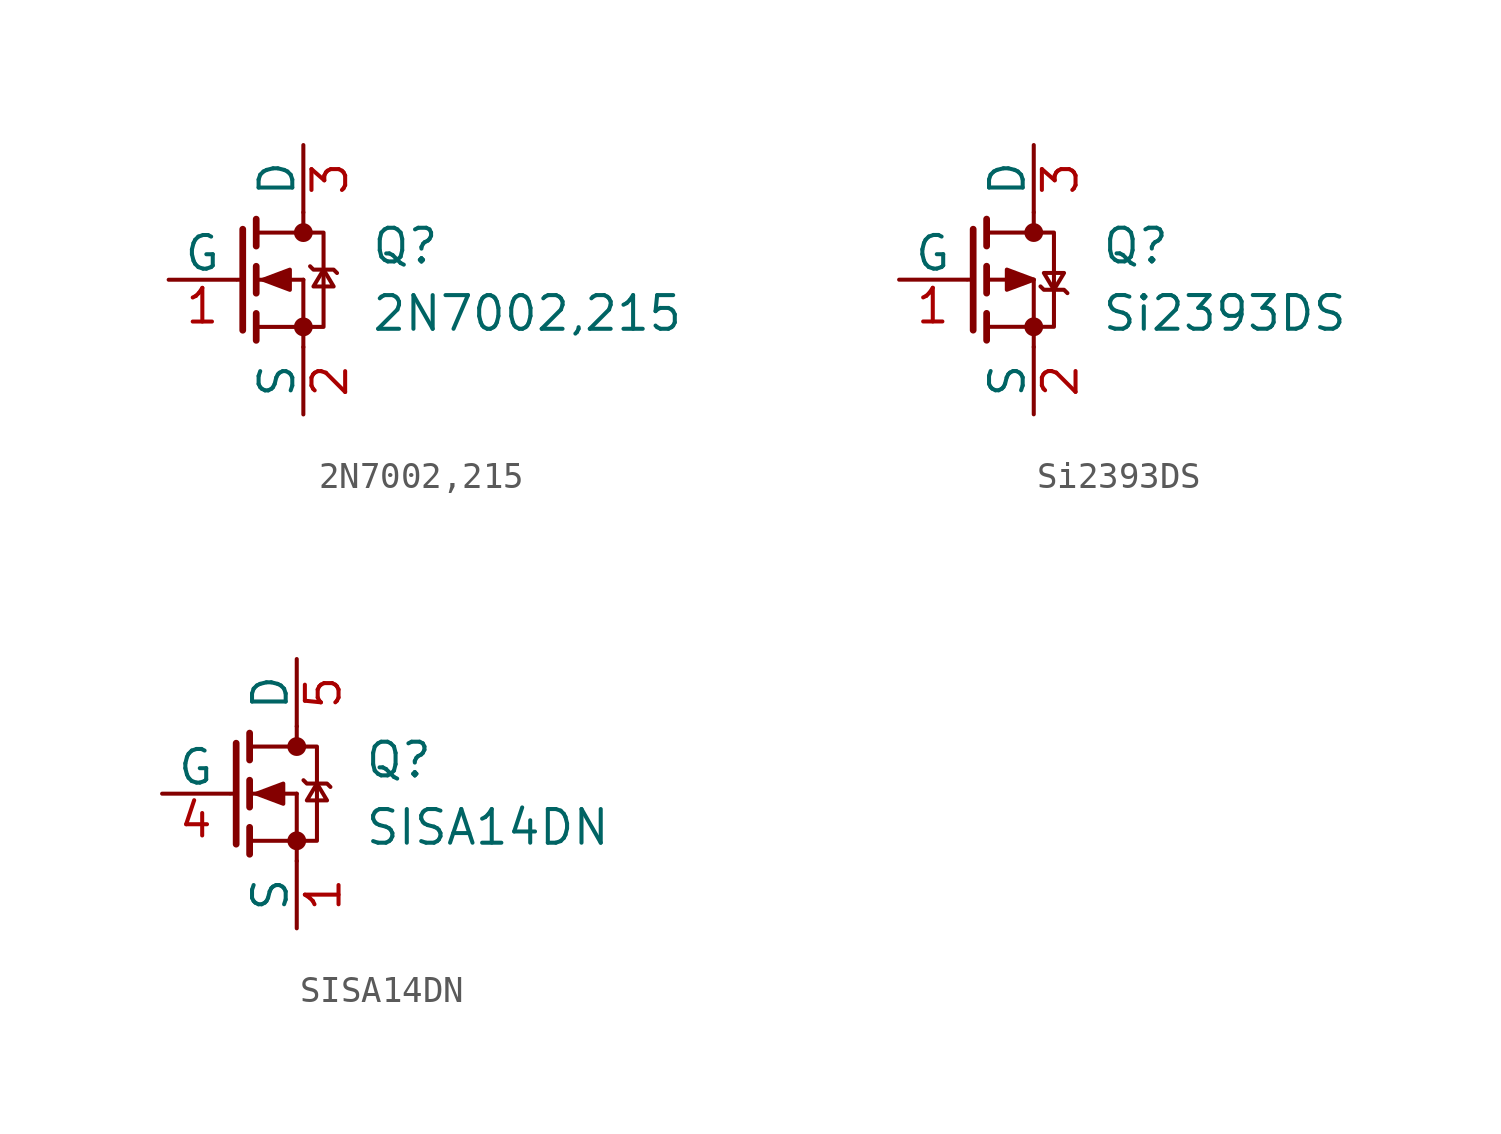
<source format=kicad_sym>
(kicad_symbol_lib
  (version 20241209)
  (generator "kicad_symbol_editor")
  (generator_version "9.0")
  (symbol "2N7002,215"
    (pin_names
      (offset 0))
    (property "Reference" "Q"
      (at 5.08 1.27 0)
      (effects (font (size 1.27 1.27)) (justify left)))
    (property "Value" "2N7002,215"
      (at 5.08 -1.27 0)
      (effects (font (size 1.27 1.27)) (justify left)))
    (symbol "2N7002,215_0_1"
      (polyline (pts (xy 0.051 0) (xy 0.254 0)) (stroke (width 0) (type solid)) (fill (type none)))
      (polyline (pts (xy 0.254 1.905) (xy 0.254 -1.905) (xy 0.254 -1.905)) (stroke (width 0.254) (type solid)) (fill (type none)))
      (polyline (pts (xy 0.762 2.286) (xy 0.762 1.27)) (stroke (width 0.254) (type solid)) (fill (type none)))
      (polyline (pts (xy 0.762 1.778) (xy 2.54 1.778)) (stroke (width 0) (type solid)) (fill (type none)))
      (polyline (pts (xy 0.762 0.508) (xy 0.762 -0.508)) (stroke (width 0.254) (type solid)) (fill (type none)))
      (polyline (pts (xy 0.762 0) (xy 2.54 0)) (stroke (width 0) (type solid)) (fill (type none)))
      (polyline (pts (xy 0.762 -1.27) (xy 0.762 -2.286)) (stroke (width 0.254) (type solid)) (fill (type none)))
      (polyline (pts (xy 0.762 -1.778) (xy 2.54 -1.778)) (stroke (width 0) (type solid)) (fill (type none)))
      (polyline (pts (xy 1.016 0) (xy 2.032 0.381) (xy 2.032 -0.381) (xy 1.016 0)) (stroke (width 0) (type solid)) (fill (type outline)))
      (polyline (pts (xy 2.54 2.54) (xy 2.54 1.778)) (stroke (width 0) (type solid)) (fill (type none)))
      (circle (center 2.54 1.778) (radius 0.279) (stroke (width 0) (type solid)) (fill (type outline)))
      (polyline (pts (xy 2.54 -1.778) (xy 2.54 0)) (stroke (width 0) (type solid)) (fill (type none)))
      (polyline (pts (xy 2.54 -1.778) (xy 2.54 -2.54)) (stroke (width 0) (type solid)) (fill (type none)))
      (polyline (pts (xy 2.54 -1.778) (xy 3.302 -1.778) (xy 3.302 1.778) (xy 2.54 1.778)) (stroke (width 0) (type solid)) (fill (type none)))
      (circle (center 2.54 -1.778) (radius 0.279) (stroke (width 0) (type solid)) (fill (type outline)))
      (polyline (pts (xy 2.794 0.508) (xy 2.921 0.381) (xy 3.683 0.381) (xy 3.81 0.254)) (stroke (width 0) (type solid)) (fill (type none)))
      (polyline (pts (xy 3.302 0.381) (xy 2.921 -0.254) (xy 3.683 -0.254) (xy 3.302 0.381)) (stroke (width 0) (type solid)) (fill (type none))))
    (symbol "2N7002,215_1_1"
      (pin input line (at -2.54 0 0) (length 2.54) (name "G" (effects (font (size 1.27 1.27)))) (number "1" (effects (font (size 1.27 1.27)))))
      (pin passive line (at 2.54 5.08 270) (length 2.54) (name "D" (effects (font (size 1.27 1.27)))) (number "3" (effects (font (size 1.27 1.27)))))
      (pin passive line (at 2.54 -5.08 90) (length 2.54) (name "S" (effects (font (size 1.27 1.27)))) (number "2" (effects (font (size 1.27 1.27)))))))
  (symbol "Si2393DS"
    (pin_names
      (offset 0))
    (property "Reference" "Q"
      (at 5.08 1.27 0)
      (effects (font (size 1.27 1.27)) (justify left)))
    (property "Value" "Si2393DS"
      (at 5.08 -1.27 0)
      (effects (font (size 1.27 1.27)) (justify left)))
    (symbol "Si2393DS_0_1"
      (polyline (pts (xy 0.051 0) (xy 0.254 0)) (stroke (width 0) (type solid)) (fill (type none)))
      (polyline (pts (xy 0.254 1.905) (xy 0.254 -1.905) (xy 0.254 -1.905)) (stroke (width 0.254) (type solid)) (fill (type none)))
      (polyline (pts (xy 0.762 2.286) (xy 0.762 1.27)) (stroke (width 0.254) (type solid)) (fill (type none)))
      (polyline (pts (xy 0.762 1.778) (xy 2.54 1.778)) (stroke (width 0) (type solid)) (fill (type none)))
      (polyline (pts (xy 0.762 0.508) (xy 0.762 -0.508)) (stroke (width 0.254) (type solid)) (fill (type none)))
      (polyline (pts (xy 0.762 0) (xy 2.54 0)) (stroke (width 0) (type solid)) (fill (type none)))
      (polyline (pts (xy 0.762 -1.27) (xy 0.762 -2.286)) (stroke (width 0.254) (type solid)) (fill (type none)))
      (polyline (pts (xy 0.762 -1.778) (xy 2.54 -1.778)) (stroke (width 0) (type solid)) (fill (type none)))
      (polyline (pts (xy 2.54 2.54) (xy 2.54 1.778)) (stroke (width 0) (type solid)) (fill (type none)))
      (circle (center 2.54 1.778) (radius 0.279) (stroke (width 0) (type solid)) (fill (type outline)))
      (polyline (pts (xy 2.54 0) (xy 1.524 -0.381) (xy 1.524 0.381) (xy 2.54 0)) (stroke (width 0) (type solid)) (fill (type outline)))
      (polyline (pts (xy 2.54 -1.778) (xy 2.54 0)) (stroke (width 0) (type solid)) (fill (type none)))
      (polyline (pts (xy 2.54 -1.778) (xy 2.54 -2.54)) (stroke (width 0) (type solid)) (fill (type none)))
      (polyline (pts (xy 2.54 -1.778) (xy 3.302 -1.778) (xy 3.302 1.778) (xy 2.54 1.778)) (stroke (width 0) (type solid)) (fill (type none)))
      (circle (center 2.54 -1.778) (radius 0.279) (stroke (width 0) (type solid)) (fill (type outline)))
      (polyline (pts (xy 2.794 -0.254) (xy 2.921 -0.381) (xy 3.683 -0.381) (xy 3.81 -0.508)) (stroke (width 0) (type solid)) (fill (type none)))
      (polyline (pts (xy 3.302 -0.381) (xy 3.683 0.254) (xy 2.921 0.254) (xy 3.302 -0.381)) (stroke (width 0) (type solid)) (fill (type none))))
    (symbol "Si2393DS_1_1"
      (pin input line (at -2.54 0 0) (length 2.54) (name "G" (effects (font (size 1.27 1.27)))) (number "1" (effects (font (size 1.27 1.27)))))
      (pin passive line (at 2.54 5.08 270) (length 2.54) (name "D" (effects (font (size 1.27 1.27)))) (number "3" (effects (font (size 1.27 1.27)))))
      (pin passive line (at 2.54 -5.08 90) (length 2.54) (name "S" (effects (font (size 1.27 1.27)))) (number "2" (effects (font (size 1.27 1.27)))))))
  (symbol "SISA14DN"
    (pin_names
      (offset 0))
    (property "Reference" "Q"
      (at 5.08 1.27 0)
      (effects (font (size 1.27 1.27)) (justify left)))
    (property "Value" "SISA14DN"
      (at 5.08 -1.27 0)
      (effects (font (size 1.27 1.27)) (justify left)))
    (symbol "SISA14DN_0_1"
      (polyline (pts (xy 0.051 0) (xy 0.254 0)) (stroke (width 0) (type solid)) (fill (type none)))
      (polyline (pts (xy 0.254 1.905) (xy 0.254 -1.905) (xy 0.254 -1.905)) (stroke (width 0.254) (type solid)) (fill (type none)))
      (polyline (pts (xy 0.762 2.286) (xy 0.762 1.27)) (stroke (width 0.254) (type solid)) (fill (type none)))
      (polyline (pts (xy 0.762 1.778) (xy 2.54 1.778)) (stroke (width 0) (type solid)) (fill (type none)))
      (polyline (pts (xy 0.762 0.508) (xy 0.762 -0.508)) (stroke (width 0.254) (type solid)) (fill (type none)))
      (polyline (pts (xy 0.762 0) (xy 2.54 0)) (stroke (width 0) (type solid)) (fill (type none)))
      (polyline (pts (xy 0.762 -1.27) (xy 0.762 -2.286)) (stroke (width 0.254) (type solid)) (fill (type none)))
      (polyline (pts (xy 0.762 -1.778) (xy 2.54 -1.778)) (stroke (width 0) (type solid)) (fill (type none)))
      (polyline (pts (xy 1.016 0) (xy 2.032 0.381) (xy 2.032 -0.381) (xy 1.016 0)) (stroke (width 0) (type solid)) (fill (type outline)))
      (polyline (pts (xy 2.54 2.54) (xy 2.54 1.778)) (stroke (width 0) (type solid)) (fill (type none)))
      (circle (center 2.54 1.778) (radius 0.279) (stroke (width 0) (type solid)) (fill (type outline)))
      (polyline (pts (xy 2.54 -1.778) (xy 2.54 0)) (stroke (width 0) (type solid)) (fill (type none)))
      (polyline (pts (xy 2.54 -1.778) (xy 2.54 -2.54)) (stroke (width 0) (type solid)) (fill (type none)))
      (polyline (pts (xy 2.54 -1.778) (xy 3.302 -1.778) (xy 3.302 1.778) (xy 2.54 1.778)) (stroke (width 0) (type solid)) (fill (type none)))
      (circle (center 2.54 -1.778) (radius 0.279) (stroke (width 0) (type solid)) (fill (type outline)))
      (polyline (pts (xy 2.794 0.508) (xy 2.921 0.381) (xy 3.683 0.381) (xy 3.81 0.254)) (stroke (width 0) (type solid)) (fill (type none)))
      (polyline (pts (xy 3.302 0.381) (xy 2.921 -0.254) (xy 3.683 -0.254) (xy 3.302 0.381)) (stroke (width 0) (type solid)) (fill (type none))))
    (symbol "SISA14DN_1_1"
      (pin input line (at -2.54 0 0) (length 2.54) (name "G" (effects (font (size 1.27 1.27)))) (number "4" (effects (font (size 1.27 1.27)))))
      (pin passive line (at 2.54 5.08 270) (length 2.54) (name "D" (effects (font (size 1.27 1.27)))) (number "5" (effects (font (size 1.27 1.27)))))
      (pin passive line (at 2.54 5.08 270) (length 2.54) (hide yes) (name "D" (effects (font (size 1.27 1.27)))) (number "6" (effects (font (size 1.27 1.27)))))
      (pin passive line (at 2.54 5.08 270) (length 2.54) (hide yes) (name "D" (effects (font (size 1.27 1.27)))) (number "7" (effects (font (size 1.27 1.27)))))
      (pin passive line (at 2.54 5.08 270) (length 2.54) (hide yes) (name "D" (effects (font (size 1.27 1.27)))) (number "8" (effects (font (size 1.27 1.27)))))
      (pin passive line (at 2.54 5.08 270) (length 2.54) (hide yes) (name "D" (effects (font (size 1.27 1.27)))) (number "9" (effects (font (size 1.27 1.27)))))
      (pin passive line (at 2.54 -5.08 90) (length 2.54) (name "S" (effects (font (size 1.27 1.27)))) (number "1" (effects (font (size 1.27 1.27)))))
      (pin passive line (at 2.54 -5.08 90) (length 2.54) (hide yes) (name "S" (effects (font (size 1.27 1.27)))) (number "2" (effects (font (size 1.27 1.27)))))
      (pin passive line (at 2.54 -5.08 90) (length 2.54) (hide yes) (name "S" (effects (font (size 1.27 1.27)))) (number "3" (effects (font (size 1.27 1.27))))))))
</source>
